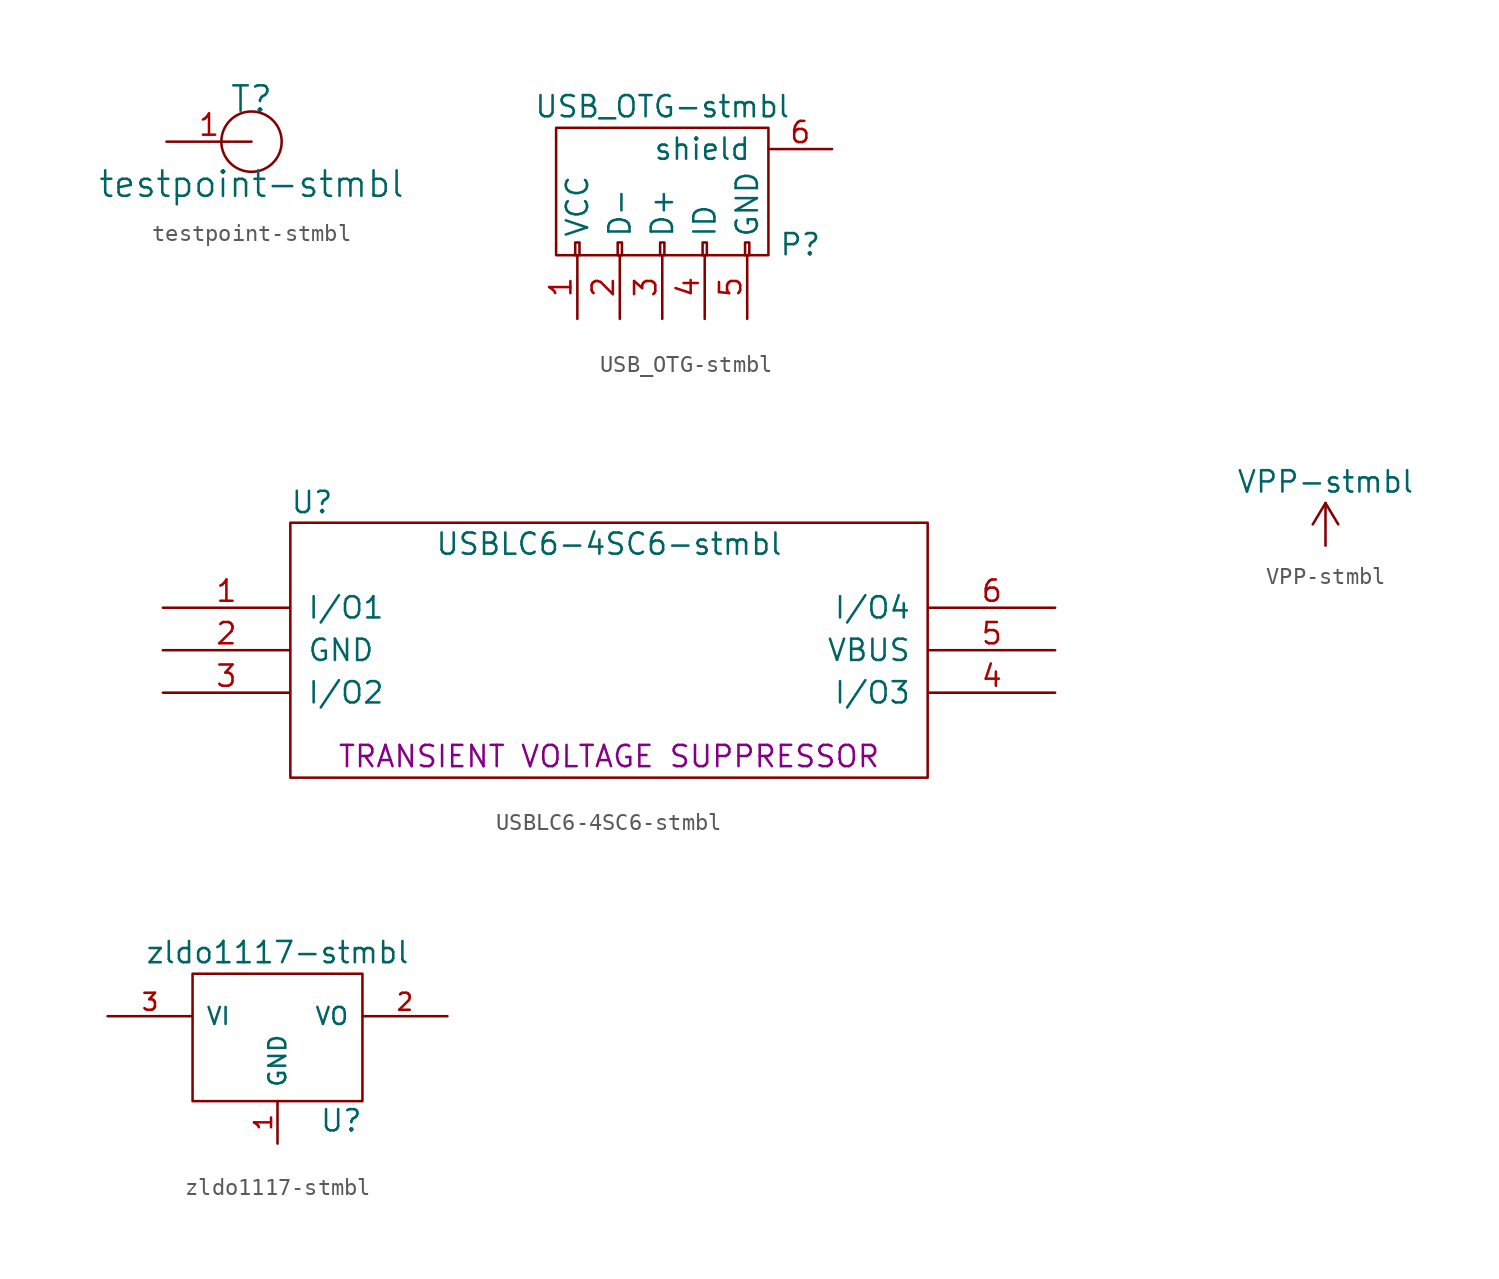
<source format=kicad_sym>
(kicad_symbol_lib
  (version 20211014)
  (generator kicad_symbol_editor)
  (symbol "testpoint-stmbl"
    (pin_names
      (offset 1.016))
    (property "Reference" "T"
      (at 0 2.54 0)
      (effects (font (size 1.524 1.524))))
    (property "Value" "testpoint-stmbl"
      (at 0 -2.54 0)
      (effects (font (size 1.524 1.524))))
    (property "Footprint" ""
      (at 0 0 0)
      (effects (font (size 1.524 1.524))))
    (property "Datasheet" ""
      (at 0 0 0)
      (effects (font (size 1.524 1.524))))
    (symbol "testpoint-stmbl_0_1"
      (circle (center 0 0) (radius 1.803) (stroke (width 0) (type default) (color 0 0 0 0)) (fill (type none))))
    (symbol "testpoint-stmbl_1_1"
      (pin bidirectional line (at -5.08 0 0) (length 5.08) (name "~" (effects (font (size 1.27 1.27)))) (number "1" (effects (font (size 1.27 1.27)))))))
  (symbol "USB_OTG-stmbl"
    (pin_names
      (offset 1.016))
    (property "Reference" "P"
      (at 8.255 -3.175 0)
      (effects (font (size 1.27 1.27))))
    (property "Value" "USB_OTG-stmbl"
      (at 0 5.08 0)
      (effects (font (size 1.27 1.27))))
    (property "Footprint" ""
      (at -1.27 -2.54 90)
      (effects (font (size 1.27 1.27))))
    (property "Datasheet" ""
      (at -1.27 -2.54 90)
      (effects (font (size 1.27 1.27))))
    (symbol "USB_OTG-stmbl_0_1"
      (rectangle (start -6.35 -3.81) (end 6.35 3.81) (stroke (width 0) (type default) (color 0 0 0 0)) (fill (type none)))
      (rectangle (start -5.207 -3.81) (end -4.953 -3.048) (stroke (width 0) (type default) (color 0 0 0 0)) (fill (type none)))
      (rectangle (start -2.667 -3.81) (end -2.413 -3.048) (stroke (width 0) (type default) (color 0 0 0 0)) (fill (type none)))
      (rectangle (start -0.127 -3.81) (end 0.127 -3.048) (stroke (width 0) (type default) (color 0 0 0 0)) (fill (type none)))
      (rectangle (start 2.413 -3.81) (end 2.667 -3.048) (stroke (width 0) (type default) (color 0 0 0 0)) (fill (type none)))
      (rectangle (start 4.953 -3.81) (end 5.207 -3.048) (stroke (width 0) (type default) (color 0 0 0 0)) (fill (type none))))
    (symbol "USB_OTG-stmbl_1_1"
      (pin power_out line (at -5.08 -7.62 90) (length 3.81) (name "VCC" (effects (font (size 1.27 1.27)))) (number "1" (effects (font (size 1.27 1.27)))))
      (pin passive line (at -2.54 -7.62 90) (length 3.81) (name "D-" (effects (font (size 1.27 1.27)))) (number "2" (effects (font (size 1.27 1.27)))))
      (pin passive line (at 0 -7.62 90) (length 3.81) (name "D+" (effects (font (size 1.27 1.27)))) (number "3" (effects (font (size 1.27 1.27)))))
      (pin power_in line (at 2.54 -7.62 90) (length 3.81) (name "ID" (effects (font (size 1.27 1.27)))) (number "4" (effects (font (size 1.27 1.27)))))
      (pin power_in line (at 5.08 -7.62 90) (length 3.81) (name "GND" (effects (font (size 1.27 1.27)))) (number "5" (effects (font (size 1.27 1.27)))))
      (pin passive line (at 10.16 2.54 180) (length 3.81) (name "shield" (effects (font (size 1.27 1.27)))) (number "6" (effects (font (size 1.27 1.27)))))))
  (symbol "USBLC6-4SC6-stmbl"
    (pin_names
      (offset 1.016))
    (property "Reference" "U"
      (at -17.755 8.839 0)
      (effects (font (size 1.27 1.27))))
    (property "Value" "USBLC6-4SC6-stmbl"
      (at 0 6.35 0)
      (effects (font (size 1.27 1.27))))
    (property "Footprint" ""
      (at 0 0 0)
      (effects (font (size 1.524 1.524))))
    (property "Datasheet" ""
      (at 0 0 0)
      (effects (font (size 1.524 1.524))))
    (property "Description" "TRANSIENT VOLTAGE SUPPRESSOR"
      (at 0 -6.35 0)
      (effects (font (size 1.27 1.27))))
    (symbol "USBLC6-4SC6-stmbl_0_0"
      (rectangle (start -19.05 -7.62) (end 19.05 7.62) (stroke (width 0) (type default) (color 0 0 0 0)) (fill (type none))))
    (symbol "USBLC6-4SC6-stmbl_1_1"
      (pin unspecified line (at -26.67 2.54 0) (length 7.595) (name "I/O1" (effects (font (size 1.27 1.27)))) (number "1" (effects (font (size 1.27 1.27)))))
      (pin unspecified line (at -26.67 0 0) (length 7.595) (name "GND" (effects (font (size 1.27 1.27)))) (number "2" (effects (font (size 1.27 1.27)))))
      (pin unspecified line (at -26.67 -2.54 0) (length 7.595) (name "I/O2" (effects (font (size 1.27 1.27)))) (number "3" (effects (font (size 1.27 1.27)))))
      (pin unspecified line (at 26.67 -2.54 180) (length 7.569) (name "I/O3" (effects (font (size 1.27 1.27)))) (number "4" (effects (font (size 1.27 1.27)))))
      (pin unspecified line (at 26.67 0 180) (length 7.569) (name "VBUS" (effects (font (size 1.27 1.27)))) (number "5" (effects (font (size 1.27 1.27)))))
      (pin unspecified line (at 26.67 2.54 180) (length 7.569) (name "I/O4" (effects (font (size 1.27 1.27)))) (number "6" (effects (font (size 1.27 1.27)))))))
  (symbol "VPP-stmbl"
    (power)
    (pin_names
      (offset 0))
    (property "Reference" "#PWR"
      (at 0 -3.81 0)
      (effects (font (size 1.27 1.27)) hide))
    (property "Value" "VPP-stmbl"
      (at 0 3.81 0)
      (effects (font (size 1.27 1.27))))
    (property "Footprint" ""
      (at 0 0 0)
      (effects (font (size 1.27 1.27))))
    (property "Datasheet" ""
      (at 0 0 0)
      (effects (font (size 1.27 1.27))))
    (symbol "VPP-stmbl_0_1"
      (polyline (pts (xy -0.762 1.27) (xy 0 2.54)) (stroke (width 0) (type default) (color 0 0 0 0)) (fill (type none)))
      (polyline (pts (xy 0 0) (xy 0 2.54)) (stroke (width 0) (type default) (color 0 0 0 0)) (fill (type none)))
      (polyline (pts (xy 0 2.54) (xy 0.762 1.27)) (stroke (width 0) (type default) (color 0 0 0 0)) (fill (type none))))
    (symbol "VPP-stmbl_1_1"
      (pin power_in line (at 0 0 90) (length 0) hide (name "VPP" (effects (font (size 1.27 1.27)))) (number "1" (effects (font (size 1.27 1.27)))))))
  (symbol "zldo1117-stmbl"
    (pin_names
      (offset 0.762))
    (property "Reference" "U"
      (at 3.81 -4.978 0)
      (effects (font (size 1.27 1.27))))
    (property "Value" "zldo1117-stmbl"
      (at 0 5.08 0)
      (effects (font (size 1.27 1.27))))
    (property "Footprint" ""
      (at 0 0 0)
      (effects (font (size 1.27 1.27))))
    (property "Datasheet" ""
      (at 0 0 0)
      (effects (font (size 1.27 1.27))))
    (symbol "zldo1117-stmbl_0_1"
      (rectangle (start -5.08 -3.81) (end 5.08 3.81) (stroke (width 0) (type default) (color 0 0 0 0)) (fill (type none))))
    (symbol "zldo1117-stmbl_1_1"
      (pin input line (at 0 -6.35 90) (length 2.54) (name "GND" (effects (font (size 1.016 1.016)))) (number "1" (effects (font (size 1.016 1.016)))))
      (pin power_out line (at 10.16 1.27 180) (length 5.08) (name "VO" (effects (font (size 1.016 1.016)))) (number "2" (effects (font (size 1.016 1.016)))))
      (pin input line (at -10.16 1.27 0) (length 5.08) (name "VI" (effects (font (size 1.016 1.016)))) (number "3" (effects (font (size 1.016 1.016))))))))
</source>
